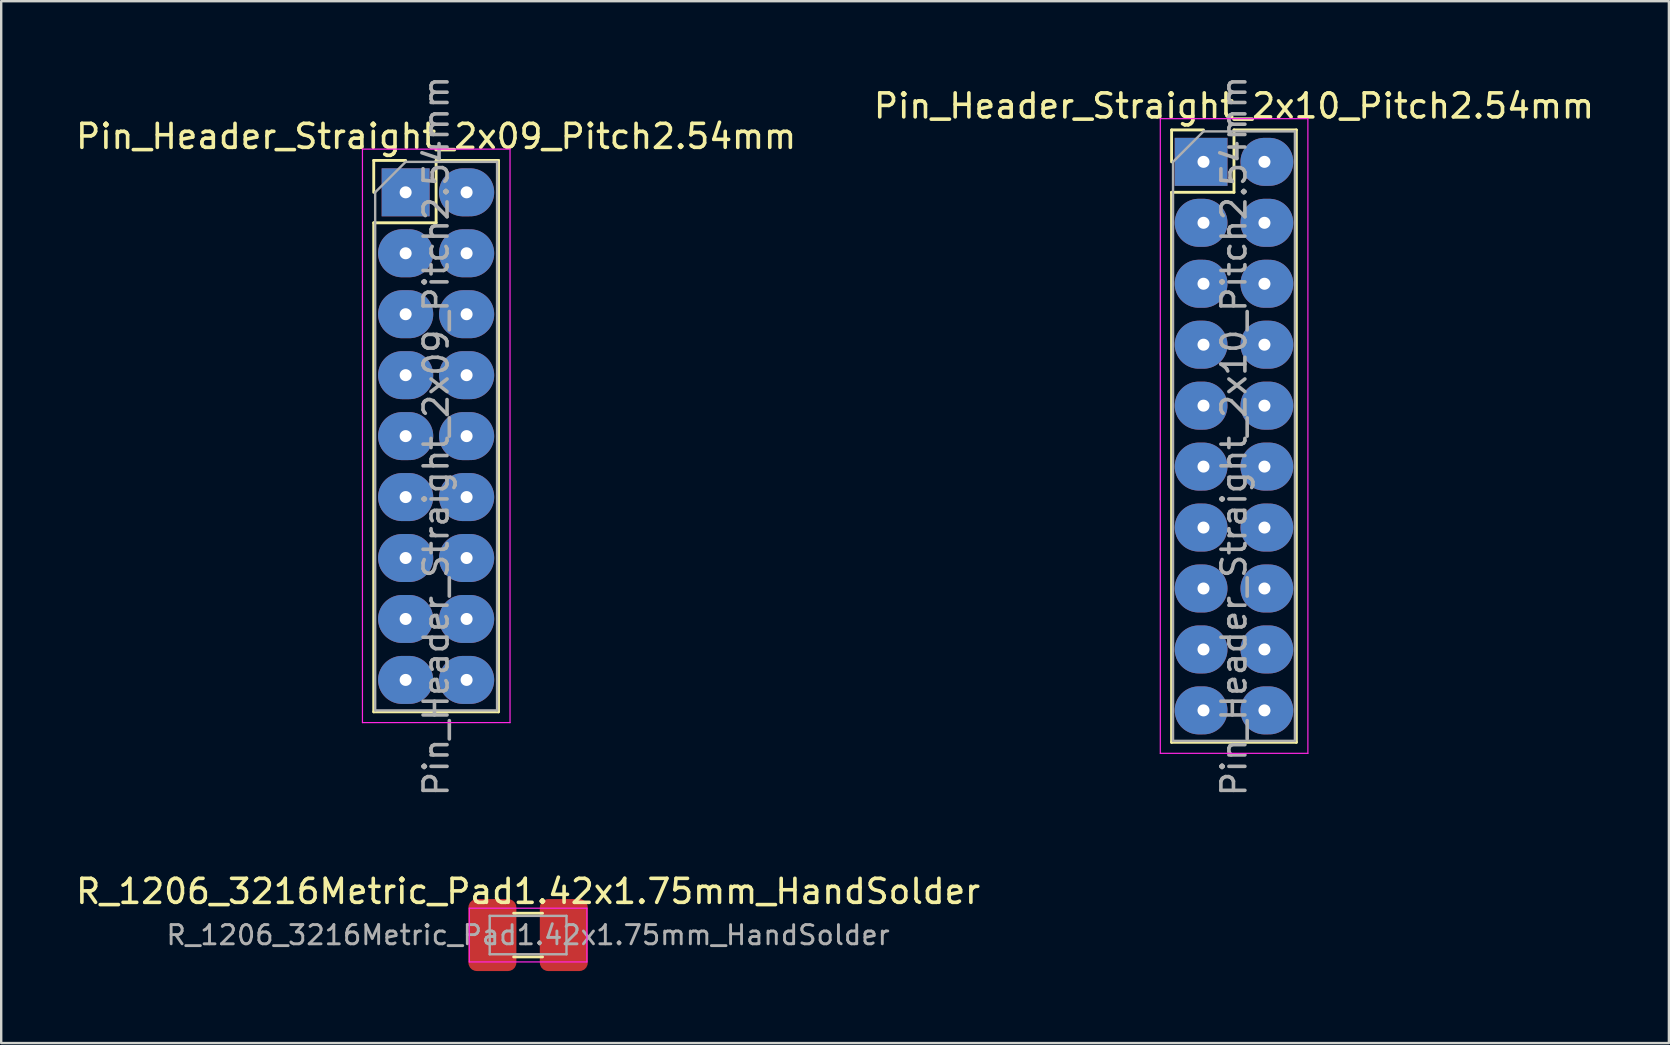
<source format=kicad_pcb>
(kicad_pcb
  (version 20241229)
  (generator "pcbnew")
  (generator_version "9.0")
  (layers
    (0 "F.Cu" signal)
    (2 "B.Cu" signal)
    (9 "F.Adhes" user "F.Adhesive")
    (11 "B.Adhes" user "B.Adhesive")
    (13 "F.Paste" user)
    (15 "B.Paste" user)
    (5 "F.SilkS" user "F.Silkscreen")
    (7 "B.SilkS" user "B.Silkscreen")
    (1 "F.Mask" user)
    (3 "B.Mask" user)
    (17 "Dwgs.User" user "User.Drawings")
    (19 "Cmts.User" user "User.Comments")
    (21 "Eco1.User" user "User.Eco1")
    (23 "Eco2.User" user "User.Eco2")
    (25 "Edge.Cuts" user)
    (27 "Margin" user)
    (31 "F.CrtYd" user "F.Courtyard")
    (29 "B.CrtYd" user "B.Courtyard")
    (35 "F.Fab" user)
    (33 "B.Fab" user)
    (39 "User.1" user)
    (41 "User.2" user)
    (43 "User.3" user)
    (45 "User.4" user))
  (footprint "Pin_Header_Straight_2x09_Pitch2.54mm"
    (layer "F.Cu")
    (at 13.855 4.965)
    (property "Reference" "Pin_Header_Straight_2x09_Pitch2.54mm" (at 1.27 -2.33 0) (layer "F.SilkS") (effects (font (size 1 1) (thickness 0.15))))
    (attr through_hole)
    (fp_line (start -1.33 -1.33) (end 0 -1.33) (stroke (width 0.12) (type solid)) (layer "F.SilkS"))
    (fp_line (start -1.33 0) (end -1.33 -1.33) (stroke (width 0.12) (type solid)) (layer "F.SilkS"))
    (fp_line (start -1.33 1.27) (end -1.33 21.65) (stroke (width 0.12) (type solid)) (layer "F.SilkS"))
    (fp_line (start -1.33 1.27) (end 1.27 1.27) (stroke (width 0.12) (type solid)) (layer "F.SilkS"))
    (fp_line (start -1.33 21.65) (end 3.87 21.65) (stroke (width 0.12) (type solid)) (layer "F.SilkS"))
    (fp_line (start 1.27 -1.33) (end 3.87 -1.33) (stroke (width 0.12) (type solid)) (layer "F.SilkS"))
    (fp_line (start 1.27 1.27) (end 1.27 -1.33) (stroke (width 0.12) (type solid)) (layer "F.SilkS"))
    (fp_line (start 3.87 -1.33) (end 3.87 21.65) (stroke (width 0.12) (type solid)) (layer "F.SilkS"))
    (fp_line (start -1.8 -1.8) (end -1.8 22.1) (stroke (width 0.05) (type solid)) (layer "F.CrtYd"))
    (fp_line (start -1.8 22.1) (end 4.35 22.1) (stroke (width 0.05) (type solid)) (layer "F.CrtYd"))
    (fp_line (start 4.35 -1.8) (end -1.8 -1.8) (stroke (width 0.05) (type solid)) (layer "F.CrtYd"))
    (fp_line (start 4.35 22.1) (end 4.35 -1.8) (stroke (width 0.05) (type solid)) (layer "F.CrtYd"))
    (fp_line (start -1.27 0) (end 0 -1.27) (stroke (width 0.1) (type solid)) (layer "F.Fab"))
    (fp_line (start -1.27 21.59) (end -1.27 0) (stroke (width 0.1) (type solid)) (layer "F.Fab"))
    (fp_line (start 0 -1.27) (end 3.81 -1.27) (stroke (width 0.1) (type solid)) (layer "F.Fab"))
    (fp_line (start 3.81 -1.27) (end 3.81 21.59) (stroke (width 0.1) (type solid)) (layer "F.Fab"))
    (fp_line (start 3.81 21.59) (end -1.27 21.59) (stroke (width 0.1) (type solid)) (layer "F.Fab"))
    (fp_text user "${REFERENCE}" (at 1.27 10.16 90) (layer "F.Fab") (effects (font (size 1 1) (thickness 0.15))))
    (pad "1" thru_hole rect (at 0 0) (size 2 2) (drill 0.5) (layers "*.Cu" "*.Mask"))
    (pad "2" thru_hole oval (at 2.54 0) (size 2.3 2) (drill 0.5) (layers "*.Cu" "*.Mask"))
    (pad "3" thru_hole oval (at 0 2.54) (size 2.3 2) (drill 0.5) (layers "*.Cu" "*.Mask"))
    (pad "4" thru_hole oval (at 2.54 2.54) (size 2.3 2) (drill 0.5) (layers "*.Cu" "*.Mask"))
    (pad "5" thru_hole oval (at 0 5.08) (size 2.3 2) (drill 0.5) (layers "*.Cu" "*.Mask"))
    (pad "6" thru_hole oval (at 2.54 5.08) (size 2.3 2) (drill 0.5) (layers "*.Cu" "*.Mask"))
    (pad "7" thru_hole oval (at 0 7.62) (size 2.3 2) (drill 0.5) (layers "*.Cu" "*.Mask"))
    (pad "8" thru_hole oval (at 2.54 7.62) (size 2.3 2) (drill 0.5) (layers "*.Cu" "*.Mask"))
    (pad "9" thru_hole oval (at 0 10.16) (size 2.3 2) (drill 0.5) (layers "*.Cu" "*.Mask"))
    (pad "10" thru_hole oval (at 2.54 10.16) (size 2.3 2) (drill 0.5) (layers "*.Cu" "*.Mask"))
    (pad "11" thru_hole oval (at 0 12.7) (size 2.3 2) (drill 0.5) (layers "*.Cu" "*.Mask"))
    (pad "12" thru_hole oval (at 2.54 12.7) (size 2.3 2) (drill 0.5) (layers "*.Cu" "*.Mask"))
    (pad "13" thru_hole oval (at 0 15.24) (size 2.3 2) (drill 0.5) (layers "*.Cu" "*.Mask"))
    (pad "14" thru_hole oval (at 2.54 15.24) (size 2.3 2) (drill 0.5) (layers "*.Cu" "*.Mask"))
    (pad "15" thru_hole oval (at 0 17.78) (size 2.3 2) (drill 0.5) (layers "*.Cu" "*.Mask"))
    (pad "16" thru_hole oval (at 2.54 17.78) (size 2.3 2) (drill 0.5) (layers "*.Cu" "*.Mask"))
    (pad "17" thru_hole oval (at 0 20.32) (size 2.3 2) (drill 0.5) (layers "*.Cu" "*.Mask"))
    (pad "18" thru_hole oval (at 2.54 20.32) (size 2.3 2) (drill 0.5) (layers "*.Cu" "*.Mask")))
  (footprint "R_1206_3216Metric_Pad1.42x1.75mm_HandSolder"
    (layer "F.Cu")
    (at 18.958 35.918)
    (property "Reference" "R_1206_3216Metric_Pad1.42x1.75mm_HandSolder" (at 0 -1.82 0) (layer "F.SilkS") (effects (font (size 1 1) (thickness 0.15))))
    (attr smd)
    (fp_line (start -0.602 -0.91) (end 0.602 -0.91) (stroke (width 0.12) (type solid)) (layer "F.SilkS"))
    (fp_line (start -0.602 0.91) (end 0.602 0.91) (stroke (width 0.12) (type solid)) (layer "F.SilkS"))
    (fp_line (start -2.45 -1.12) (end 2.45 -1.12) (stroke (width 0.05) (type solid)) (layer "F.CrtYd"))
    (fp_line (start -2.45 1.12) (end -2.45 -1.12) (stroke (width 0.05) (type solid)) (layer "F.CrtYd"))
    (fp_line (start 2.45 -1.12) (end 2.45 1.12) (stroke (width 0.05) (type solid)) (layer "F.CrtYd"))
    (fp_line (start 2.45 1.12) (end -2.45 1.12) (stroke (width 0.05) (type solid)) (layer "F.CrtYd"))
    (fp_line (start -1.6 -0.8) (end 1.6 -0.8) (stroke (width 0.1) (type solid)) (layer "F.Fab"))
    (fp_line (start -1.6 0.8) (end -1.6 -0.8) (stroke (width 0.1) (type solid)) (layer "F.Fab"))
    (fp_line (start 1.6 -0.8) (end 1.6 0.8) (stroke (width 0.1) (type solid)) (layer "F.Fab"))
    (fp_line (start 1.6 0.8) (end -1.6 0.8) (stroke (width 0.1) (type solid)) (layer "F.Fab"))
    (fp_text user "${REFERENCE}" (at 0 0 0) (layer "F.Fab") (effects (font (size 0.8 0.8) (thickness 0.12))))
    (pad "1" smd roundrect (at -1.488 0) (size 2 3) (layers "F.Cu" "F.Mask" "F.Paste") (roundrect_rratio 0.175))
    (pad "2" smd roundrect (at 1.488 0) (size 2 3) (layers "F.Cu" "F.Mask" "F.Paste") (roundrect_rratio 0.175)))
  (footprint "Pin_Header_Straight_2x10_Pitch2.54mm"
    (layer "F.Cu")
    (at 47.105 3.695)
    (property "Reference" "Pin_Header_Straight_2x10_Pitch2.54mm" (at 1.27 -2.33 0) (layer "F.SilkS") (effects (font (size 1 1) (thickness 0.15))))
    (attr through_hole)
    (fp_line (start -1.33 -1.33) (end 0 -1.33) (stroke (width 0.12) (type solid)) (layer "F.SilkS"))
    (fp_line (start -1.33 0) (end -1.33 -1.33) (stroke (width 0.12) (type solid)) (layer "F.SilkS"))
    (fp_line (start -1.33 1.27) (end -1.33 24.19) (stroke (width 0.12) (type solid)) (layer "F.SilkS"))
    (fp_line (start -1.33 1.27) (end 1.27 1.27) (stroke (width 0.12) (type solid)) (layer "F.SilkS"))
    (fp_line (start -1.33 24.19) (end 3.87 24.19) (stroke (width 0.12) (type solid)) (layer "F.SilkS"))
    (fp_line (start 1.27 -1.33) (end 3.87 -1.33) (stroke (width 0.12) (type solid)) (layer "F.SilkS"))
    (fp_line (start 1.27 1.27) (end 1.27 -1.33) (stroke (width 0.12) (type solid)) (layer "F.SilkS"))
    (fp_line (start 3.87 -1.33) (end 3.87 24.19) (stroke (width 0.12) (type solid)) (layer "F.SilkS"))
    (fp_line (start -1.8 -1.8) (end -1.8 24.65) (stroke (width 0.05) (type solid)) (layer "F.CrtYd"))
    (fp_line (start -1.8 24.65) (end 4.35 24.65) (stroke (width 0.05) (type solid)) (layer "F.CrtYd"))
    (fp_line (start 4.35 -1.8) (end -1.8 -1.8) (stroke (width 0.05) (type solid)) (layer "F.CrtYd"))
    (fp_line (start 4.35 24.65) (end 4.35 -1.8) (stroke (width 0.05) (type solid)) (layer "F.CrtYd"))
    (fp_line (start -1.27 0) (end 0 -1.27) (stroke (width 0.1) (type solid)) (layer "F.Fab"))
    (fp_line (start -1.27 24.13) (end -1.27 0) (stroke (width 0.1) (type solid)) (layer "F.Fab"))
    (fp_line (start 0 -1.27) (end 3.81 -1.27) (stroke (width 0.1) (type solid)) (layer "F.Fab"))
    (fp_line (start 3.81 -1.27) (end 3.81 24.13) (stroke (width 0.1) (type solid)) (layer "F.Fab"))
    (fp_line (start 3.81 24.13) (end -1.27 24.13) (stroke (width 0.1) (type solid)) (layer "F.Fab"))
    (fp_text user "${REFERENCE}" (at 1.27 11.43 90) (layer "F.Fab") (effects (font (size 1 1) (thickness 0.15))))
    (pad "1" thru_hole rect (at 0 0) (size 2.2 2) (drill 0.5 (offset -0.1 0)) (layers "*.Cu" "*.Mask"))
    (pad "2" thru_hole oval (at 2.54 0) (size 2.2 2) (drill 0.5 (offset 0.1 0)) (layers "*.Cu" "*.Mask"))
    (pad "3" thru_hole oval (at 0 2.54) (size 2.2 2) (drill 0.5 (offset -0.1 0)) (layers "*.Cu" "*.Mask"))
    (pad "4" thru_hole oval (at 2.54 2.54) (size 2.2 2) (drill 0.5 (offset 0.1 0)) (layers "*.Cu" "*.Mask"))
    (pad "5" thru_hole oval (at 0 5.08) (size 2.2 2) (drill 0.5 (offset -0.1 0)) (layers "*.Cu" "*.Mask"))
    (pad "6" thru_hole oval (at 2.54 5.08) (size 2.2 2) (drill 0.5 (offset 0.1 0)) (layers "*.Cu" "*.Mask"))
    (pad "7" thru_hole oval (at 0 7.62) (size 2.2 2) (drill 0.5 (offset -0.1 0)) (layers "*.Cu" "*.Mask"))
    (pad "8" thru_hole oval (at 2.54 7.62) (size 2.2 2) (drill 0.5 (offset 0.1 0)) (layers "*.Cu" "*.Mask"))
    (pad "9" thru_hole oval (at 0 10.16) (size 2.2 2) (drill 0.5 (offset -0.1 0)) (layers "*.Cu" "*.Mask"))
    (pad "10" thru_hole oval (at 2.54 10.16) (size 2.2 2) (drill 0.5 (offset 0.1 0)) (layers "*.Cu" "*.Mask"))
    (pad "11" thru_hole oval (at 0 12.7) (size 2.2 2) (drill 0.5 (offset -0.1 0)) (layers "*.Cu" "*.Mask"))
    (pad "12" thru_hole oval (at 2.54 12.7) (size 2.2 2) (drill 0.5 (offset 0.1 0)) (layers "*.Cu" "*.Mask"))
    (pad "13" thru_hole oval (at 0 15.24) (size 2.2 2) (drill 0.5 (offset -0.1 0)) (layers "*.Cu" "*.Mask"))
    (pad "14" thru_hole oval (at 2.54 15.24) (size 2.2 2) (drill 0.5 (offset 0.1 0)) (layers "*.Cu" "*.Mask"))
    (pad "15" thru_hole oval (at 0 17.78) (size 2.2 2) (drill 0.5 (offset -0.1 0)) (layers "*.Cu" "*.Mask"))
    (pad "16" thru_hole oval (at 2.54 17.78) (size 2.2 2) (drill 0.5 (offset 0.1 0)) (layers "*.Cu" "*.Mask"))
    (pad "17" thru_hole oval (at 0 20.32) (size 2.2 2) (drill 0.5 (offset -0.1 0)) (layers "*.Cu" "*.Mask"))
    (pad "18" thru_hole oval (at 2.54 20.32) (size 2.2 2) (drill 0.5 (offset 0.1 0)) (layers "*.Cu" "*.Mask"))
    (pad "19" thru_hole oval (at 0 22.86) (size 2.2 2) (drill 0.5 (offset -0.1 0)) (layers "*.Cu" "*.Mask"))
    (pad "20" thru_hole oval (at 2.54 22.86) (size 2.2 2) (drill 0.5 (offset 0.1 0)) (layers "*.Cu" "*.Mask")))
  (gr_rect
    (start -3 -3)
    (end 66.5 40.418)
    (stroke (width 0.1) (type default))
    (fill no)
    (layer "Edge.Cuts")))
</source>
